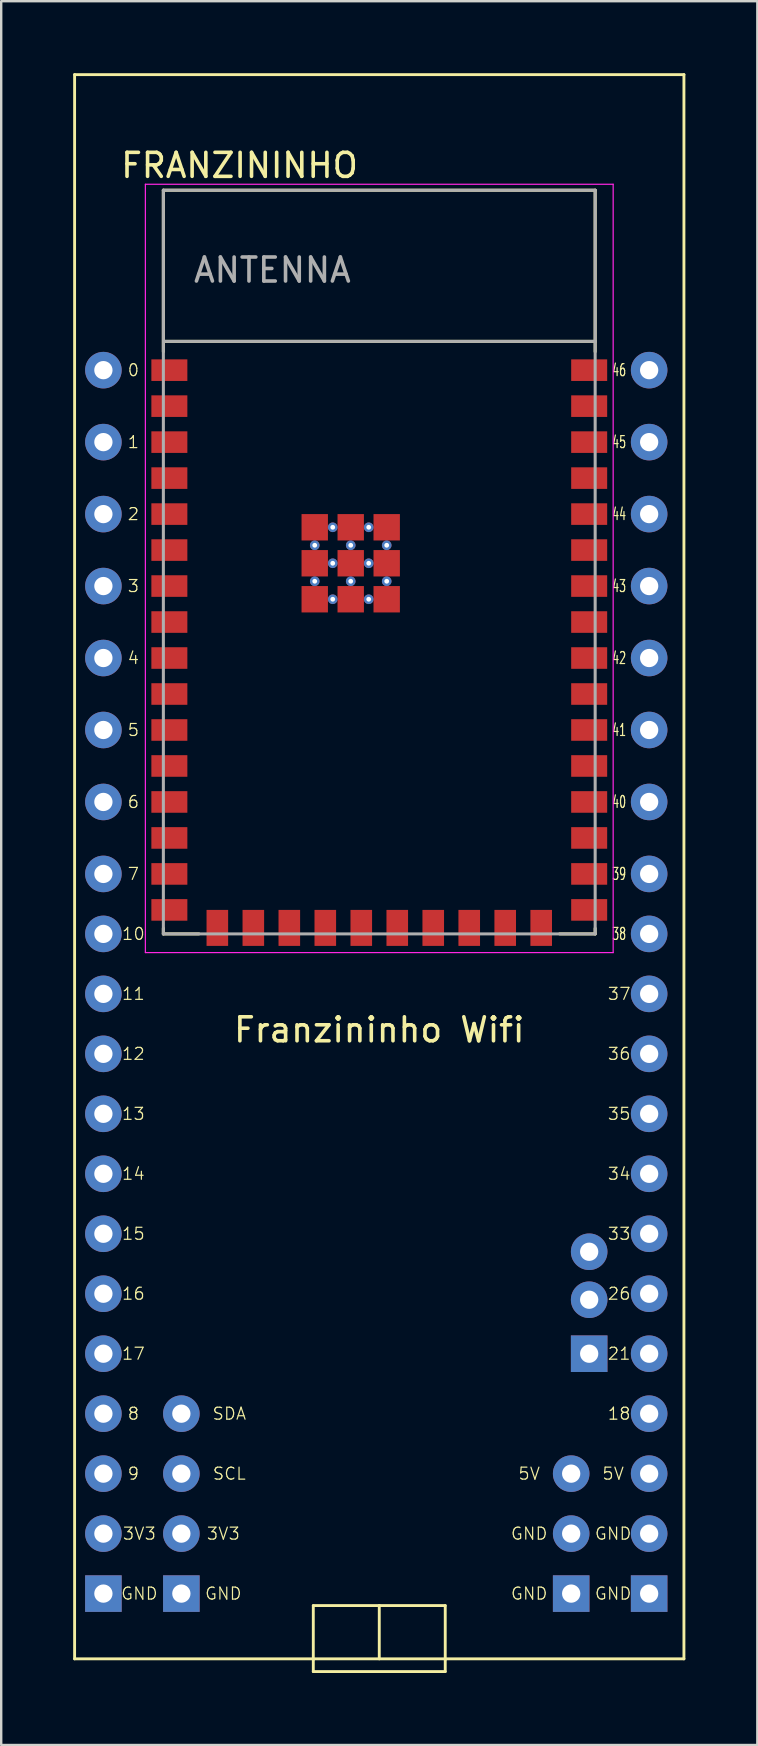
<source format=kicad_pcb>
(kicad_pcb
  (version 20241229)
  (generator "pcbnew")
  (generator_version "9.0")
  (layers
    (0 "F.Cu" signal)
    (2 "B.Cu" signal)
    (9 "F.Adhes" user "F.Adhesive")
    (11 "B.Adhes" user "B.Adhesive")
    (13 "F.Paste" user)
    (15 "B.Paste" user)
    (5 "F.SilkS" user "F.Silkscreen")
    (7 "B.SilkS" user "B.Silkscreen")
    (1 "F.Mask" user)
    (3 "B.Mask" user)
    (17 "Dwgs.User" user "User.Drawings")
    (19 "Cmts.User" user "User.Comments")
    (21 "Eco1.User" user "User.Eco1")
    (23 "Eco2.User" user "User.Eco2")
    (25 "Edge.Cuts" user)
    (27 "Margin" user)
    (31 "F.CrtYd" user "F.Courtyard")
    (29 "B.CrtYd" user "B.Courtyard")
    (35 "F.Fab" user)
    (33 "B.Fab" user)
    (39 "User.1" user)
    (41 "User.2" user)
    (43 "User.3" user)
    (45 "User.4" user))
  (footprint "FRANZININHO"
    (layer "F.Cu")
    (at 12.76 20.38)
    (property "Reference" "FRANZININHO" (at -5.825 -16.535 0) (layer "F.SilkS") (effects (font (size 1 1) (thickness 0.15))))
    (attr through_hole)
    (fp_line (start -12.7 -20.32) (end -12.7 45.72) (stroke (width 0.12) (type solid)) (layer "F.SilkS"))
    (fp_line (start -12.7 -20.32) (end 12.7 -20.32) (stroke (width 0.12) (type solid)) (layer "F.SilkS"))
    (fp_line (start -9 -15.5) (end 9 -15.5) (stroke (width 0.127) (type solid)) (layer "F.SilkS"))
    (fp_line (start -9 -8.77) (end -9 -15.5) (stroke (width 0.127) (type solid)) (layer "F.SilkS"))
    (fp_line (start -9 15.27) (end -9 15.5) (stroke (width 0.127) (type solid)) (layer "F.SilkS"))
    (fp_line (start -9 15.5) (end -7.52 15.5) (stroke (width 0.127) (type solid)) (layer "F.SilkS"))
    (fp_line (start -8.96 -9.2) (end 9 -9.2) (stroke (width 0.127) (type solid)) (layer "F.SilkS"))
    (fp_line (start -2.75 43.5) (end -2.75 45.75) (stroke (width 0.12) (type solid)) (layer "F.SilkS"))
    (fp_line (start -2.75 46.25) (end -2.75 45.75) (stroke (width 0.12) (type solid)) (layer "F.SilkS"))
    (fp_line (start 0 43.5) (end -2.75 43.5) (stroke (width 0.12) (type solid)) (layer "F.SilkS"))
    (fp_line (start 0 43.5) (end 2.75 43.5) (stroke (width 0.12) (type solid)) (layer "F.SilkS"))
    (fp_line (start 0 45.72) (end 0 43.5) (stroke (width 0.12) (type solid)) (layer "F.SilkS"))
    (fp_line (start 2.75 43.5) (end 2.75 45.75) (stroke (width 0.12) (type solid)) (layer "F.SilkS"))
    (fp_line (start 2.75 45.75) (end 2.75 46.25) (stroke (width 0.12) (type solid)) (layer "F.SilkS"))
    (fp_line (start 2.75 46.25) (end -2.75 46.25) (stroke (width 0.12) (type solid)) (layer "F.SilkS"))
    (fp_line (start 9 -15.5) (end 9 -9.2) (stroke (width 0.127) (type solid)) (layer "F.SilkS"))
    (fp_line (start 9 -9.2) (end 9 -8.77) (stroke (width 0.127) (type solid)) (layer "F.SilkS"))
    (fp_line (start 9 15.27) (end 9 15.5) (stroke (width 0.127) (type solid)) (layer "F.SilkS"))
    (fp_line (start 9 15.5) (end 7.52 15.5) (stroke (width 0.127) (type solid)) (layer "F.SilkS"))
    (fp_line (start 12.7 -20.32) (end 12.7 45.72) (stroke (width 0.12) (type solid)) (layer "F.SilkS"))
    (fp_line (start 12.7 45.72) (end -12.7 45.72) (stroke (width 0.12) (type solid)) (layer "F.SilkS"))
    (fp_line (start -9.75 -15.75) (end 9.75 -15.75) (stroke (width 0.05) (type solid)) (layer "F.CrtYd"))
    (fp_line (start -9.75 16.28) (end -9.75 -15.75) (stroke (width 0.05) (type solid)) (layer "F.CrtYd"))
    (fp_line (start -9.75 16.28) (end 9.75 16.28) (stroke (width 0.05) (type solid)) (layer "F.CrtYd"))
    (fp_line (start 9.75 -15.75) (end 9.75 16.28) (stroke (width 0.05) (type solid)) (layer "F.CrtYd"))
    (fp_line (start -9 -15.5) (end 9 -15.5) (stroke (width 0.127) (type solid)) (layer "F.Fab"))
    (fp_line (start -9 15.5) (end -9 -15.5) (stroke (width 0.127) (type solid)) (layer "F.Fab"))
    (fp_line (start -8.96 -9.2) (end 9 -9.2) (stroke (width 0.127) (type solid)) (layer "F.Fab"))
    (fp_line (start 9 -15.5) (end 9 -9.2) (stroke (width 0.127) (type solid)) (layer "F.Fab"))
    (fp_line (start 9 -9.2) (end 9 15.5) (stroke (width 0.127) (type solid)) (layer "F.Fab"))
    (fp_line (start 9 15.5) (end -9 15.5) (stroke (width 0.127) (type solid)) (layer "F.Fab"))
    (fp_text user "45" (at 10 -5 0) (unlocked yes) (layer "F.SilkS") (effects (font (size 0.5 0.3) (thickness 0.05))))
    (fp_text user "37" (at 10 18 0) (unlocked yes) (layer "F.SilkS") (effects (font (size 0.5 0.5) (thickness 0.05))))
    (fp_text user "35" (at 10 23 0) (unlocked yes) (layer "F.SilkS") (effects (font (size 0.5 0.5) (thickness 0.05))))
    (fp_text user "12" (at -10.25 20.5 0) (unlocked yes) (layer "F.SilkS") (effects (font (size 0.5 0.5) (thickness 0.05))))
    (fp_text user "10" (at -10.25 15.5 0) (unlocked yes) (layer "F.SilkS") (effects (font (size 0.5 0.5) (thickness 0.05))))
    (fp_text user "GND" (at 9.75 40.5 0) (unlocked yes) (layer "F.SilkS") (effects (font (size 0.5 0.5) (thickness 0.05))))
    (fp_text user "SDA" (at -6.25 35.5 0) (unlocked yes) (layer "F.SilkS") (effects (font (size 0.5 0.5) (thickness 0.05))))
    (fp_text user "33" (at 10 28 0) (unlocked yes) (layer "F.SilkS") (effects (font (size 0.5 0.5) (thickness 0.05))))
    (fp_text user "0" (at -10.25 -8 0) (unlocked yes) (layer "F.SilkS") (effects (font (size 0.5 0.5) (thickness 0.05))))
    (fp_text user "GND" (at 6.25 43 0) (unlocked yes) (layer "F.SilkS") (effects (font (size 0.5 0.5) (thickness 0.05))))
    (fp_text user "21" (at 10 33 0) (unlocked yes) (layer "F.SilkS") (effects (font (size 0.5 0.5) (thickness 0.05))))
    (fp_text user "7" (at -10.25 13 0) (unlocked yes) (layer "F.SilkS") (effects (font (size 0.5 0.5) (thickness 0.05))))
    (fp_text user "GND" (at 6.25 40.5 0) (unlocked yes) (layer "F.SilkS") (effects (font (size 0.5 0.5) (thickness 0.05))))
    (fp_text user "1" (at -10.25 -5 0) (unlocked yes) (layer "F.SilkS") (effects (font (size 0.5 0.5) (thickness 0.05))))
    (fp_text user "15" (at -10.25 28 0) (unlocked yes) (layer "F.SilkS") (effects (font (size 0.5 0.5) (thickness 0.05))))
    (fp_text user "38" (at 10 15.5 0) (unlocked yes) (layer "F.SilkS") (effects (font (size 0.5 0.3) (thickness 0.05))))
    (fp_text user "13" (at -10.25 23 0) (unlocked yes) (layer "F.SilkS") (effects (font (size 0.5 0.5) (thickness 0.05))))
    (fp_text user "3" (at -10.25 1 0) (unlocked yes) (layer "F.SilkS") (effects (font (size 0.5 0.5) (thickness 0.05))))
    (fp_text user "5" (at -10.25 7 0) (unlocked yes) (layer "F.SilkS") (effects (font (size 0.5 0.5) (thickness 0.05))))
    (fp_text user "36" (at 10 20.5 0) (unlocked yes) (layer "F.SilkS") (effects (font (size 0.5 0.5) (thickness 0.05))))
    (fp_text user "17" (at -10.25 33 0) (unlocked yes) (layer "F.SilkS") (effects (font (size 0.5 0.5) (thickness 0.05))))
    (fp_text user "4" (at -10.25 4 0) (unlocked yes) (layer "F.SilkS") (effects (font (size 0.5 0.5) (thickness 0.05))))
    (fp_text user "8" (at -10.25 35.5 0) (unlocked yes) (layer "F.SilkS") (effects (font (size 0.5 0.5) (thickness 0.05))))
    (fp_text user "Franzininho Wifi" (at 0 19.5 0) (unlocked yes) (layer "F.SilkS") (effects (font (size 1 1) (thickness 0.15))))
    (fp_text user "11" (at -10.25 18 0) (unlocked yes) (layer "F.SilkS") (effects (font (size 0.5 0.5) (thickness 0.05))))
    (fp_text user "3V3" (at -10 40.5 0) (unlocked yes) (layer "F.SilkS") (effects (font (size 0.5 0.5) (thickness 0.05))))
    (fp_text user "18" (at 10 35.5 0) (unlocked yes) (layer "F.SilkS") (effects (font (size 0.5 0.5) (thickness 0.05))))
    (fp_text user "44" (at 10 -2 0) (unlocked yes) (layer "F.SilkS") (effects (font (size 0.5 0.3) (thickness 0.05))))
    (fp_text user "42" (at 10 4 0) (unlocked yes) (layer "F.SilkS") (effects (font (size 0.5 0.3) (thickness 0.05))))
    (fp_text user "2" (at -10.25 -2 0) (unlocked yes) (layer "F.SilkS") (effects (font (size 0.5 0.5) (thickness 0.05))))
    (fp_text user "GND" (at -10 43 0) (unlocked yes) (layer "F.SilkS") (effects (font (size 0.5 0.5) (thickness 0.05))))
    (fp_text user "3V3" (at -6.5 40.5 0) (unlocked yes) (layer "F.SilkS") (effects (font (size 0.5 0.5) (thickness 0.05))))
    (fp_text user "9" (at -10.25 38 0) (unlocked yes) (layer "F.SilkS") (effects (font (size 0.5 0.5) (thickness 0.05))))
    (fp_text user "16" (at -10.25 30.5 0) (unlocked yes) (layer "F.SilkS") (effects (font (size 0.5 0.5) (thickness 0.05))))
    (fp_text user "14" (at -10.25 25.5 0) (unlocked yes) (layer "F.SilkS") (effects (font (size 0.5 0.5) (thickness 0.05))))
    (fp_text user "GND" (at -6.5 43 0) (unlocked yes) (layer "F.SilkS") (effects (font (size 0.5 0.5) (thickness 0.05))))
    (fp_text user "34" (at 10 25.5 0) (unlocked yes) (layer "F.SilkS") (effects (font (size 0.5 0.5) (thickness 0.05))))
    (fp_text user "5V" (at 6.25 38 0) (unlocked yes) (layer "F.SilkS") (effects (font (size 0.5 0.5) (thickness 0.05))))
    (fp_text user "41" (at 10 7 0) (unlocked yes) (layer "F.SilkS") (effects (font (size 0.5 0.3) (thickness 0.05))))
    (fp_text user "6" (at -10.25 10 0) (unlocked yes) (layer "F.SilkS") (effects (font (size 0.5 0.5) (thickness 0.05))))
    (fp_text user "39" (at 10 13 0) (unlocked yes) (layer "F.SilkS") (effects (font (size 0.5 0.3) (thickness 0.05))))
    (fp_text user "GND" (at 9.75 43 0) (unlocked yes) (layer "F.SilkS") (effects (font (size 0.5 0.5) (thickness 0.05))))
    (fp_text user "26" (at 10 30.5 0) (unlocked yes) (layer "F.SilkS") (effects (font (size 0.5 0.5) (thickness 0.05))))
    (fp_text user "5V" (at 9.75 38 0) (unlocked yes) (layer "F.SilkS") (effects (font (size 0.5 0.5) (thickness 0.05))))
    (fp_text user "40" (at 10 10 0) (unlocked yes) (layer "F.SilkS") (effects (font (size 0.5 0.3) (thickness 0.05))))
    (fp_text user "SCL" (at -6.25 38 0) (unlocked yes) (layer "F.SilkS") (effects (font (size 0.5 0.5) (thickness 0.05))))
    (fp_text user "43" (at 10 1 0) (unlocked yes) (layer "F.SilkS") (effects (font (size 0.5 0.3) (thickness 0.05))))
    (fp_text user "46" (at 10 -8 0) (unlocked yes) (layer "F.SilkS") (effects (font (size 0.5 0.3) (thickness 0.05))))
    (fp_text user "ANTENNA" (at -4.455 -12.171 0) (layer "F.Fab") (effects (font (size 1 1) (thickness 0.15))))
    (pad "" thru_hole circle (at 8.75 28.75) (size 1.524 1.524) (drill 0.762) (layers "*.Cu" "*.Mask"))
    (pad "" thru_hole circle (at 8.75 30.75) (size 1.524 1.524) (drill 0.762) (layers "*.Cu" "*.Mask"))
    (pad "" thru_hole rect (at 8.75 33) (size 1.524 1.524) (drill 0.762) (layers "*.Cu" "*.Mask"))
    (pad " GND" thru_hole rect (at -11.5 43) (size 1.524 1.524) (drill 0.762) (layers "*.Cu" "*.Mask"))
    (pad " GND" thru_hole rect (at -8.25 43) (size 1.524 1.524) (drill 0.762) (layers "*.Cu" "*.Mask"))
    (pad " GND" thru_hole circle (at 8 40.5) (size 1.524 1.524) (drill 0.762) (layers "*.Cu" "*.Mask"))
    (pad " GND" thru_hole rect (at 8 43) (size 1.524 1.524) (drill 0.762) (layers "*.Cu" "*.Mask"))
    (pad " GND" thru_hole circle (at 11.25 40.5) (size 1.524 1.524) (drill 0.762) (layers "*.Cu" "*.Mask"))
    (pad " GND" thru_hole rect (at 11.25 43) (size 1.524 1.524) (drill 0.762) (layers "*.Cu" "*.Mask"))
    (pad "0" thru_hole circle (at -11.5 -8) (size 1.524 1.524) (drill 0.762) (layers "*.Cu" "*.Mask"))
    (pad "1" thru_hole circle (at -11.5 -5) (size 1.524 1.524) (drill 0.762) (layers "*.Cu" "*.Mask"))
    (pad "1" smd rect (at -8.75 -8) (size 1.5 0.9) (layers "F.Cu" "F.Mask" "F.Paste"))
    (pad "2" thru_hole circle (at -11.5 -2) (size 1.524 1.524) (drill 0.762) (layers "*.Cu" "*.Mask"))
    (pad "2" smd rect (at -8.75 -6.5) (size 1.5 0.9) (layers "F.Cu" "F.Mask" "F.Paste"))
    (pad "3" thru_hole circle (at -11.5 1) (size 1.524 1.524) (drill 0.762) (layers "*.Cu" "*.Mask"))
    (pad "3" smd rect (at -8.75 -5) (size 1.5 0.9) (layers "F.Cu" "F.Mask" "F.Paste"))
    (pad "3V3" thru_hole circle (at -11.5 40.5) (size 1.524 1.524) (drill 0.762) (layers "*.Cu" "*.Mask"))
    (pad "3V3" thru_hole circle (at -8.25 40.5) (size 1.524 1.524) (drill 0.762) (layers "*.Cu" "*.Mask"))
    (pad "4" thru_hole circle (at -11.5 4) (size 1.524 1.524) (drill 0.762) (layers "*.Cu" "*.Mask"))
    (pad "4" smd rect (at -8.75 -3.5) (size 1.5 0.9) (layers "F.Cu" "F.Mask" "F.Paste"))
    (pad "5" thru_hole circle (at -11.5 7) (size 1.524 1.524) (drill 0.762) (layers "*.Cu" "*.Mask"))
    (pad "5" smd rect (at -8.75 -2) (size 1.5 0.9) (layers "F.Cu" "F.Mask" "F.Paste"))
    (pad "5V" thru_hole circle (at 8 38) (size 1.524 1.524) (drill 0.762) (layers "*.Cu" "*.Mask"))
    (pad "5V" thru_hole circle (at 11.25 38) (size 1.524 1.524) (drill 0.762) (layers "*.Cu" "*.Mask"))
    (pad "6" thru_hole circle (at -11.5 10) (size 1.524 1.524) (drill 0.762) (layers "*.Cu" "*.Mask"))
    (pad "6" smd rect (at -8.75 -0.5) (size 1.5 0.9) (layers "F.Cu" "F.Mask" "F.Paste"))
    (pad "7" thru_hole circle (at -11.5 13) (size 1.524 1.524) (drill 0.762) (layers "*.Cu" "*.Mask"))
    (pad "7" smd rect (at -8.75 1) (size 1.5 0.9) (layers "F.Cu" "F.Mask" "F.Paste"))
    (pad "8" thru_hole circle (at -11.5 35.5) (size 1.524 1.524) (drill 0.762) (layers "*.Cu" "*.Mask"))
    (pad "8" smd rect (at -8.75 2.5) (size 1.5 0.9) (layers "F.Cu" "F.Mask" "F.Paste"))
    (pad "9" thru_hole circle (at -11.5 38) (size 1.524 1.524) (drill 0.762) (layers "*.Cu" "*.Mask"))
    (pad "9" smd rect (at -8.75 4) (size 1.5 0.9) (layers "F.Cu" "F.Mask" "F.Paste"))
    (pad "10" thru_hole circle (at -11.5 15.5) (size 1.524 1.524) (drill 0.762) (layers "*.Cu" "*.Mask"))
    (pad "10" smd rect (at -8.75 5.5) (size 1.5 0.9) (layers "F.Cu" "F.Mask" "F.Paste"))
    (pad "11" thru_hole circle (at -11.5 18) (size 1.524 1.524) (drill 0.762) (layers "*.Cu" "*.Mask"))
    (pad "11" smd rect (at -8.75 7) (size 1.5 0.9) (layers "F.Cu" "F.Mask" "F.Paste"))
    (pad "12" thru_hole circle (at -11.5 20.5) (size 1.524 1.524) (drill 0.762) (layers "*.Cu" "*.Mask"))
    (pad "12" smd rect (at -8.75 8.5) (size 1.5 0.9) (layers "F.Cu" "F.Mask" "F.Paste"))
    (pad "13" thru_hole circle (at -11.5 23) (size 1.524 1.524) (drill 0.762) (layers "*.Cu" "*.Mask"))
    (pad "13" smd rect (at -8.75 10) (size 1.5 0.9) (layers "F.Cu" "F.Mask" "F.Paste"))
    (pad "14" thru_hole circle (at -11.5 25.5) (size 1.524 1.524) (drill 0.762) (layers "*.Cu" "*.Mask"))
    (pad "14" smd rect (at -8.75 11.5) (size 1.5 0.9) (layers "F.Cu" "F.Mask" "F.Paste"))
    (pad "15" thru_hole circle (at -11.5 28) (size 1.524 1.524) (drill 0.762) (layers "*.Cu" "*.Mask"))
    (pad "15" smd rect (at -8.75 13) (size 1.5 0.9) (layers "F.Cu" "F.Mask" "F.Paste"))
    (pad "16" thru_hole circle (at -11.5 30.5) (size 1.524 1.524) (drill 0.762) (layers "*.Cu" "*.Mask"))
    (pad "16" smd rect (at -8.75 14.5) (size 1.5 0.9) (layers "F.Cu" "F.Mask" "F.Paste"))
    (pad "17" thru_hole circle (at -11.5 33) (size 1.524 1.524) (drill 0.762) (layers "*.Cu" "*.Mask"))
    (pad "17" smd rect (at -6.75 15.25) (size 0.9 1.5) (layers "F.Cu" "F.Mask" "F.Paste"))
    (pad "18" smd rect (at -5.25 15.25) (size 0.9 1.5) (layers "F.Cu" "F.Mask" "F.Paste"))
    (pad "18" thru_hole circle (at 11.25 35.5) (size 1.524 1.524) (drill 0.762) (layers "*.Cu" "*.Mask"))
    (pad "19" smd rect (at -3.75 15.25) (size 0.9 1.5) (layers "F.Cu" "F.Mask" "F.Paste"))
    (pad "20" smd rect (at -2.25 15.25) (size 0.9 1.5) (layers "F.Cu" "F.Mask" "F.Paste"))
    (pad "21" smd rect (at -0.75 15.25) (size 0.9 1.5) (layers "F.Cu" "F.Mask" "F.Paste"))
    (pad "21" thru_hole circle (at 11.25 33) (size 1.524 1.524) (drill 0.762) (layers "*.Cu" "*.Mask"))
    (pad "22" smd rect (at 0.75 15.25) (size 0.9 1.5) (layers "F.Cu" "F.Mask" "F.Paste"))
    (pad "23" smd rect (at 2.25 15.25) (size 0.9 1.5) (layers "F.Cu" "F.Mask" "F.Paste"))
    (pad "24" smd rect (at 3.75 15.25) (size 0.9 1.5) (layers "F.Cu" "F.Mask" "F.Paste"))
    (pad "25" smd rect (at 5.25 15.25) (size 0.9 1.5) (layers "F.Cu" "F.Mask" "F.Paste"))
    (pad "26" smd rect (at 6.75 15.25) (size 0.9 1.5) (layers "F.Cu" "F.Mask" "F.Paste"))
    (pad "26" thru_hole circle (at 11.25 30.5) (size 1.524 1.524) (drill 0.762) (layers "*.Cu" "*.Mask"))
    (pad "27" smd rect (at 8.75 14.5) (size 1.5 0.9) (layers "F.Cu" "F.Mask" "F.Paste"))
    (pad "28" smd rect (at 8.75 13) (size 1.5 0.9) (layers "F.Cu" "F.Mask" "F.Paste"))
    (pad "29" smd rect (at 8.75 11.5) (size 1.5 0.9) (layers "F.Cu" "F.Mask" "F.Paste"))
    (pad "30" smd rect (at 8.75 10) (size 1.5 0.9) (layers "F.Cu" "F.Mask" "F.Paste"))
    (pad "31" smd rect (at 8.75 8.5) (size 1.5 0.9) (layers "F.Cu" "F.Mask" "F.Paste"))
    (pad "32" smd rect (at 8.75 7) (size 1.5 0.9) (layers "F.Cu" "F.Mask" "F.Paste"))
    (pad "33" smd rect (at 8.75 5.5) (size 1.5 0.9) (layers "F.Cu" "F.Mask" "F.Paste"))
    (pad "33" thru_hole circle (at 11.25 28) (size 1.524 1.524) (drill 0.762) (layers "*.Cu" "*.Mask"))
    (pad "34" smd rect (at 8.75 4) (size 1.5 0.9) (layers "F.Cu" "F.Mask" "F.Paste"))
    (pad "34" thru_hole circle (at 11.25 25.5) (size 1.524 1.524) (drill 0.762) (layers "*.Cu" "*.Mask"))
    (pad "35" smd rect (at 8.75 2.5) (size 1.5 0.9) (layers "F.Cu" "F.Mask" "F.Paste"))
    (pad "35" thru_hole circle (at 11.25 23) (size 1.524 1.524) (drill 0.762) (layers "*.Cu" "*.Mask"))
    (pad "36" smd rect (at 8.75 1) (size 1.5 0.9) (layers "F.Cu" "F.Mask" "F.Paste"))
    (pad "36" thru_hole circle (at 11.25 20.5) (size 1.524 1.524) (drill 0.762) (layers "*.Cu" "*.Mask"))
    (pad "37" smd rect (at 8.75 -0.5) (size 1.5 0.9) (layers "F.Cu" "F.Mask" "F.Paste"))
    (pad "37" thru_hole circle (at 11.25 18) (size 1.524 1.524) (drill 0.762) (layers "*.Cu" "*.Mask"))
    (pad "38" smd rect (at 8.75 -2) (size 1.5 0.9) (layers "F.Cu" "F.Mask" "F.Paste"))
    (pad "38" thru_hole circle (at 11.25 15.5) (size 1.524 1.524) (drill 0.762) (layers "*.Cu" "*.Mask"))
    (pad "39" smd rect (at 8.75 -3.5) (size 1.5 0.9) (layers "F.Cu" "F.Mask" "F.Paste"))
    (pad "39" thru_hole circle (at 11.25 13) (size 1.524 1.524) (drill 0.762) (layers "*.Cu" "*.Mask"))
    (pad "40" smd rect (at 8.75 -5) (size 1.5 0.9) (layers "F.Cu" "F.Mask" "F.Paste"))
    (pad "40" thru_hole circle (at 11.25 10) (size 1.524 1.524) (drill 0.762) (layers "*.Cu" "*.Mask"))
    (pad "41" smd rect (at 8.75 -6.5) (size 1.5 0.9) (layers "F.Cu" "F.Mask" "F.Paste"))
    (pad "41" thru_hole circle (at 11.25 7) (size 1.524 1.524) (drill 0.762) (layers "*.Cu" "*.Mask"))
    (pad "42" smd rect (at 8.75 -8) (size 1.5 0.9) (layers "F.Cu" "F.Mask" "F.Paste"))
    (pad "42" thru_hole circle (at 11.25 4) (size 1.524 1.524) (drill 0.762) (layers "*.Cu" "*.Mask"))
    (pad "43" thru_hole circle (at 11.25 1) (size 1.524 1.524) (drill 0.762) (layers "*.Cu" "*.Mask"))
    (pad "43.1" smd rect (at -1.19 0.05) (size 1.1 1.1) (layers "F.Cu" "F.Mask" "F.Paste"))
    (pad "43.2" smd rect (at -2.69 0.05) (size 1.1 1.1) (layers "F.Cu" "F.Mask" "F.Paste"))
    (pad "43.3" smd rect (at 0.31 0.05) (size 1.1 1.1) (layers "F.Cu" "F.Mask" "F.Paste"))
    (pad "43.4" smd rect (at -2.69 1.55) (size 1.1 1.1) (layers "F.Cu" "F.Mask" "F.Paste"))
    (pad "43.5" smd rect (at -1.19 1.55) (size 1.1 1.1) (layers "F.Cu" "F.Mask" "F.Paste"))
    (pad "43.6" smd rect (at 0.31 1.55) (size 1.1 1.1) (layers "F.Cu" "F.Mask" "F.Paste"))
    (pad "43.7" smd rect (at -2.69 -1.45) (size 1.1 1.1) (layers "F.Cu" "F.Mask" "F.Paste"))
    (pad "43.8" smd rect (at -1.19 -1.45) (size 1.1 1.1) (layers "F.Cu" "F.Mask" "F.Paste"))
    (pad "43.9" smd rect (at 0.31 -1.45) (size 1.1 1.1) (layers "F.Cu" "F.Mask" "F.Paste"))
    (pad "43.10" thru_hole circle (at -1.19 -0.7) (size 0.4 0.4) (drill 0.2) (layers "*.Cu" "*.Mask"))
    (pad "43.11" thru_hole circle (at -2.69 -0.7) (size 0.4 0.4) (drill 0.2) (layers "*.Cu" "*.Mask"))
    (pad "43.12" thru_hole circle (at 0.31 -0.7) (size 0.4 0.4) (drill 0.2) (layers "*.Cu" "*.Mask"))
    (pad "43.13" thru_hole circle (at -2.69 0.8) (size 0.4 0.4) (drill 0.2) (layers "*.Cu" "*.Mask"))
    (pad "43.14" thru_hole circle (at -1.19 0.8) (size 0.4 0.4) (drill 0.2) (layers "*.Cu" "*.Mask"))
    (pad "43.15" thru_hole circle (at 0.31 0.8) (size 0.4 0.4) (drill 0.2) (layers "*.Cu" "*.Mask"))
    (pad "43.16" thru_hole circle (at -1.94 -1.45) (size 0.4 0.4) (drill 0.2) (layers "*.Cu" "*.Mask"))
    (pad "43.17" thru_hole circle (at -0.44 -1.45) (size 0.4 0.4) (drill 0.2) (layers "*.Cu" "*.Mask"))
    (pad "43.18" thru_hole circle (at -1.94 0.05) (size 0.4 0.4) (drill 0.2) (layers "*.Cu" "*.Mask"))
    (pad "43.19" thru_hole circle (at -0.44 0.05) (size 0.4 0.4) (drill 0.2) (layers "*.Cu" "*.Mask"))
    (pad "43.20" thru_hole circle (at -1.94 1.55) (size 0.4 0.4) (drill 0.2) (layers "*.Cu" "*.Mask"))
    (pad "43.21" thru_hole circle (at -0.44 1.55) (size 0.4 0.4) (drill 0.2) (layers "*.Cu" "*.Mask"))
    (pad "44" thru_hole circle (at 11.25 -2) (size 1.524 1.524) (drill 0.762) (layers "*.Cu" "*.Mask"))
    (pad "45" thru_hole circle (at 11.25 -5) (size 1.524 1.524) (drill 0.762) (layers "*.Cu" "*.Mask"))
    (pad "46" thru_hole circle (at 11.25 -8) (size 1.524 1.524) (drill 0.762) (layers "*.Cu" "*.Mask"))
    (pad "SCL" thru_hole circle (at -8.25 38) (size 1.524 1.524) (drill 0.762) (layers "*.Cu" "*.Mask"))
    (pad "SDA" thru_hole circle (at -8.25 35.5) (size 1.524 1.524) (drill 0.762) (layers "*.Cu" "*.Mask"))
    (zone (net_name "") (layer "F.Cu") (hatch full 0.508) (connect_pads) (min_thickness 0.01) (filled_areas_thickness no) (keepout (tracks not_allowed) (vias not_allowed) (pads not_allowed) (copperpour not_allowed) (footprints allowed)) (placement (enabled no)) (fill) (polygon (pts (xy 3.76 4.88) (xy 21.76 4.88) (xy 21.76 11.18) (xy 3.76 11.18))))
    (zone (net_name "") (layers "F.Cu" "B.Cu") (hatch full 0.508) (connect_pads) (min_thickness 0.01) (filled_areas_thickness no) (keepout (tracks allowed) (vias not_allowed) (pads allowed) (copperpour allowed) (footprints allowed)) (placement (enabled no)) (fill) (polygon (pts (xy 3.76 4.88) (xy 21.76 4.88) (xy 21.76 11.18) (xy 3.76 11.18))))
    (zone (net_name "") (layer "B.Cu") (hatch full 0.508) (connect_pads) (min_thickness 0.01) (filled_areas_thickness no) (keepout (tracks not_allowed) (vias not_allowed) (pads not_allowed) (copperpour not_allowed) (footprints allowed)) (placement (enabled no)) (fill) (polygon (pts (xy 3.76 4.88) (xy 21.76 4.88) (xy 21.76 11.18) (xy 3.76 11.18)))))
  (gr_rect
    (start -3 -3)
    (end 28.52 69.69)
    (stroke (width 0.1) (type default))
    (fill no)
    (layer "Edge.Cuts")))
</source>
